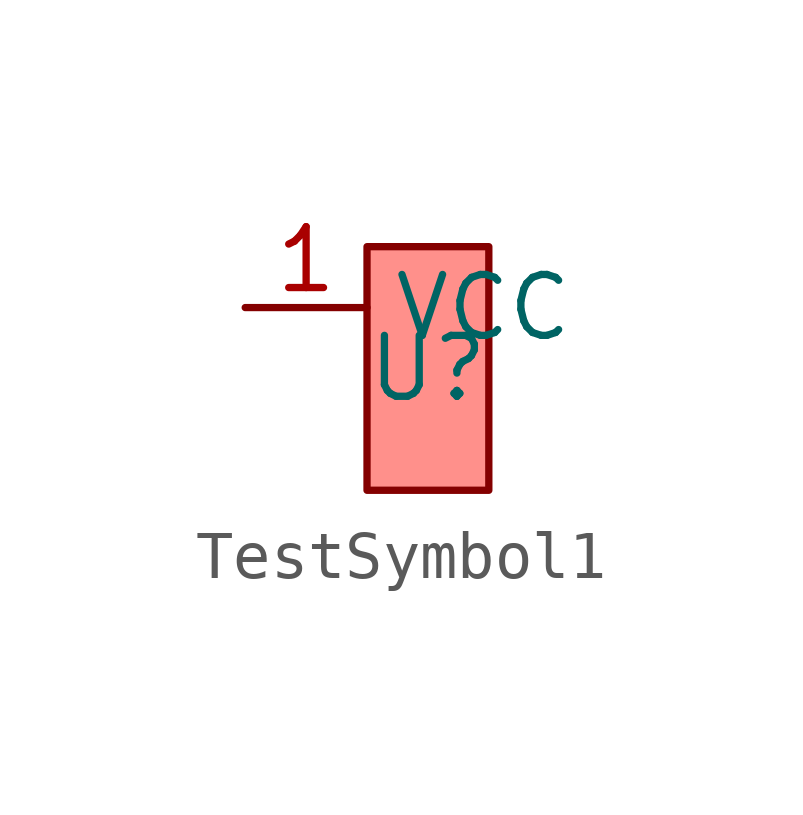
<source format=kicad_sym>
(kicad_symbol_lib
  (version 20231120)
  (generator "kicad_symbol_editor")
  (generator_version "8.0")
  (symbol "TestSymbol1"
    (property "Reference" "U"
      (at 0 0 0)
      (effects (font (size 1.27 1.27))))
    (property "Value" ""
      (at 0 0 0)
      (effects (font (size 1.27 1.27))))
    (symbol "TestSymbol1_0_1"
      (rectangle (start -1.27 2.54) (end 1.27 -2.54) (stroke (width 0) (type default)) (fill (type color) (color 255 105 99 0.74))))
    (symbol "TestSymbol1_1_1"
      (pin input line (at -3.81 1.27 0) (length 2.54) (name "VCC" (effects (font (size 1.27 1.27)))) (number "1" (effects (font (size 1.27 1.27))))))))
</source>
